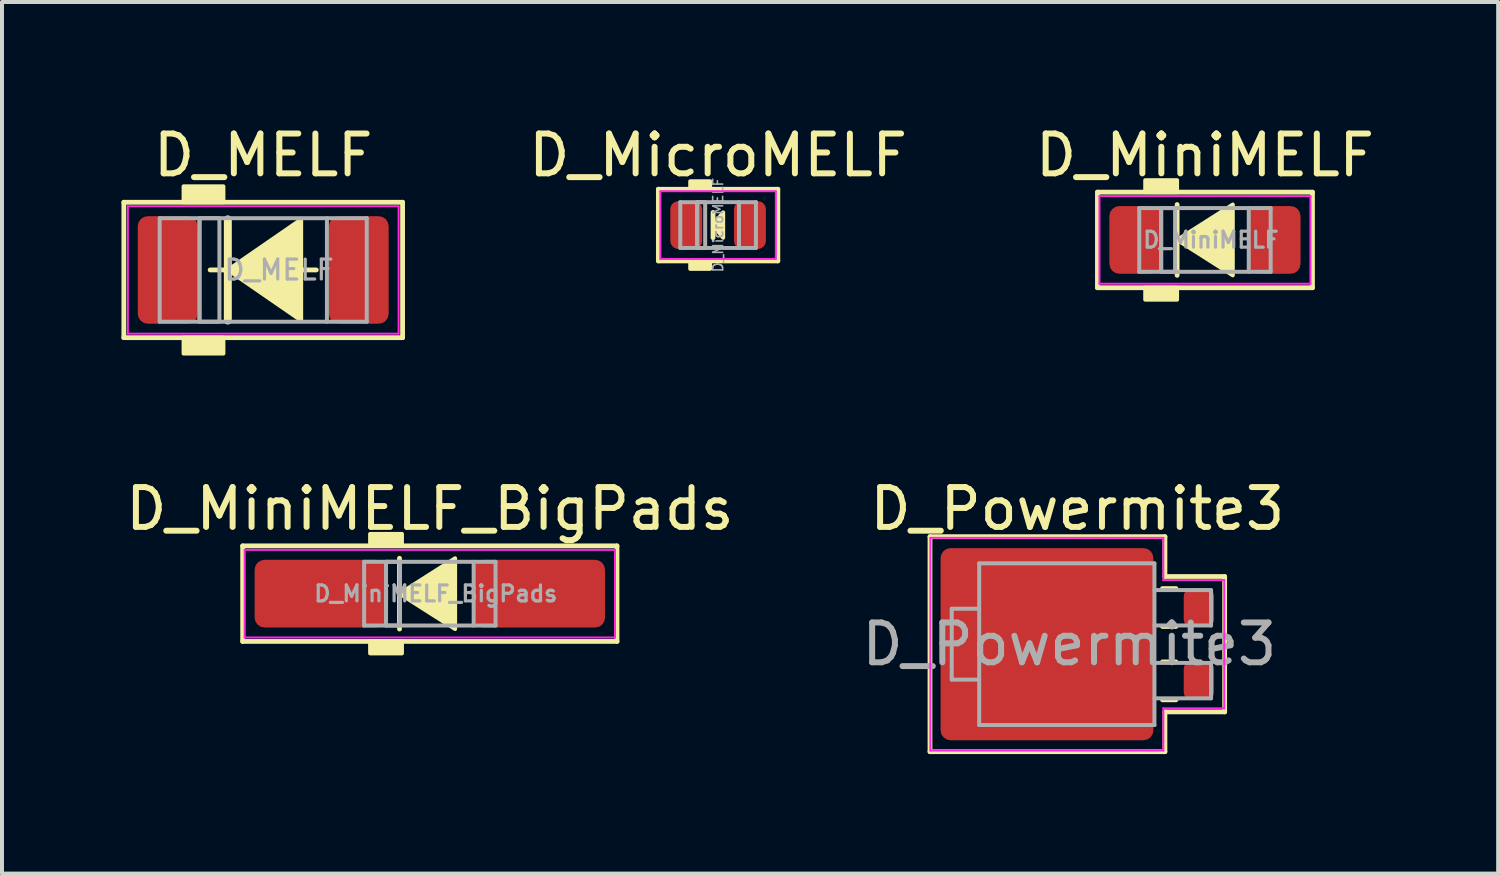
<source format=kicad_pcb>
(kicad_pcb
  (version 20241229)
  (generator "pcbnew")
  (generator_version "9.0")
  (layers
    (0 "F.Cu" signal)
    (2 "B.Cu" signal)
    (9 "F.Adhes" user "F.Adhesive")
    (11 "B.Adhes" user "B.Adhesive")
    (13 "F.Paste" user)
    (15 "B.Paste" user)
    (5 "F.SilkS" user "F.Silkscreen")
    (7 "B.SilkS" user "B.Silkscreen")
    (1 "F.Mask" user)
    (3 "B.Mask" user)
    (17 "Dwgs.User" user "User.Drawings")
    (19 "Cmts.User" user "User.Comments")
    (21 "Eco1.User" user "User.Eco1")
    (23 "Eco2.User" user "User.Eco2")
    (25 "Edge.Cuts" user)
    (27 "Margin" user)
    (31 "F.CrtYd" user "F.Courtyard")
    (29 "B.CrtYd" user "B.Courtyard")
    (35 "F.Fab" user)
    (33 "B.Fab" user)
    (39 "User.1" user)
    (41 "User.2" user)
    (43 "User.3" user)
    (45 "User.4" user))
  (footprint "D_MicroMELF"
    (layer "F.Cu")
    (at 14.983 2.602)
    (property "Reference" "D_MicroMELF" (at 0 -1.754 0) (layer "F.SilkS") (effects (font (size 1 1) (thickness 0.15))))
    (attr smd)
    (fp_line (start -1.5 -0.9) (end -1.5 0.9) (stroke (width 0.12) (type solid)) (layer "F.SilkS"))
    (fp_line (start -1.5 0.9) (end 1.5 0.9) (stroke (width 0.12) (type solid)) (layer "F.SilkS"))
    (fp_line (start -0.127 -0.318) (end -0.127 0.318) (stroke (width 0.12) (type solid)) (layer "F.SilkS"))
    (fp_line (start 1.5 -0.9) (end -1.5 -0.9) (stroke (width 0.12) (type solid)) (layer "F.SilkS"))
    (fp_line (start 1.5 0.9) (end 1.5 -0.9) (stroke (width 0.12) (type solid)) (layer "F.SilkS"))
    (fp_poly (pts (xy 0.127 0.318) (xy -0.127 0) (xy 0.127 -0.318)) (stroke (width 0.1) (type solid)) (fill yes) (layer "F.SilkS"))
    (fp_poly (pts (xy -0.2 -0.9) (xy -0.7 -0.9) (xy -0.7 -1.1) (xy -0.2 -1.1)) (stroke (width 0.1) (type solid)) (fill yes) (layer "F.SilkS"))
    (fp_poly (pts (xy -0.2 1.1) (xy -0.7 1.1) (xy -0.7 0.9) (xy -0.2 0.9)) (stroke (width 0.1) (type solid)) (fill yes) (layer "F.SilkS"))
    (fp_line (start -1.45 -0.85) (end -1.45 0.85) (stroke (width 0.05) (type solid)) (layer "F.CrtYd"))
    (fp_line (start -1.45 -0.85) (end 1.45 -0.85) (stroke (width 0.05) (type solid)) (layer "F.CrtYd"))
    (fp_line (start 1.45 0.85) (end -1.45 0.85) (stroke (width 0.05) (type solid)) (layer "F.CrtYd"))
    (fp_line (start 1.45 0.85) (end 1.45 -0.85) (stroke (width 0.05) (type solid)) (layer "F.CrtYd"))
    (fp_line (start -0.95 -0.575) (end 0.95 -0.575) (stroke (width 0.1) (type solid)) (layer "F.Fab"))
    (fp_line (start -0.95 0.575) (end -0.95 -0.575) (stroke (width 0.1) (type solid)) (layer "F.Fab"))
    (fp_line (start -0.525 0.575) (end -0.525 -0.575) (stroke (width 0.1) (type solid)) (layer "F.Fab"))
    (fp_line (start 0.525 -0.575) (end 0.525 0.575) (stroke (width 0.1) (type solid)) (layer "F.Fab"))
    (fp_line (start 0.95 -0.575) (end 0.95 0.575) (stroke (width 0.1) (type solid)) (layer "F.Fab"))
    (fp_line (start 0.95 0.575) (end -0.95 0.575) (stroke (width 0.1) (type solid)) (layer "F.Fab"))
    (fp_rect (start -0.525 -0.575) (end -0.325 0.575) (stroke (width 0.1) (type solid)) (fill no) (layer "F.Fab"))
    (fp_text user "${REFERENCE}" (at 0 0 90) (layer "F.Fab") (effects (font (size 0.25 0.25) (thickness 0.04))))
    (pad "1" smd roundrect (at -0.8 0) (size 0.8 1.2) (layers "F.Cu" "F.Mask" "F.Paste") (roundrect_rratio 0.25))
    (pad "2" smd roundrect (at 0.8 0) (size 0.8 1.2) (layers "F.Cu" "F.Mask" "F.Paste") (roundrect_rratio 0.25)))
  (footprint "D_MELF"
    (layer "F.Cu")
    (at 3.56 3.729)
    (property "Reference" "D_MELF" (at 0 -2.881 0) (layer "F.SilkS") (effects (font (size 1 1) (thickness 0.15))))
    (attr smd)
    (fp_line (start -3.5 -1.7) (end -3.5 1.7) (stroke (width 0.12) (type solid)) (layer "F.SilkS"))
    (fp_line (start -3.5 1.7) (end 3.5 1.7) (stroke (width 0.12) (type solid)) (layer "F.SilkS"))
    (fp_line (start -0.953 0) (end -1.333 0) (stroke (width 0.12) (type solid)) (layer "F.SilkS"))
    (fp_line (start -0.889 -1.27) (end -0.889 1.27) (stroke (width 0.2) (type solid)) (layer "F.SilkS"))
    (fp_line (start 1.333 0) (end 0.953 0) (stroke (width 0.12) (type solid)) (layer "F.SilkS"))
    (fp_line (start 3.5 -1.7) (end -3.5 -1.7) (stroke (width 0.12) (type solid)) (layer "F.SilkS"))
    (fp_line (start 3.5 1.7) (end 3.5 -1.7) (stroke (width 0.12) (type solid)) (layer "F.SilkS"))
    (fp_poly (pts (xy 0.953 1.27) (xy -0.889 0) (xy 0.953 -1.27)) (stroke (width 0.1) (type solid)) (fill yes) (layer "F.SilkS"))
    (fp_poly (pts (xy -1 -1.7) (xy -2 -1.7) (xy -2 -2.1) (xy -1 -2.1)) (stroke (width 0.1) (type solid)) (fill yes) (layer "F.SilkS"))
    (fp_poly (pts (xy -1 2.1) (xy -2 2.1) (xy -2 1.7) (xy -1 1.7)) (stroke (width 0.1) (type solid)) (fill yes) (layer "F.SilkS"))
    (fp_line (start -3.4 -1.6) (end 3.4 -1.6) (stroke (width 0.05) (type solid)) (layer "F.CrtYd"))
    (fp_line (start -3.4 1.6) (end -3.4 -1.6) (stroke (width 0.05) (type solid)) (layer "F.CrtYd"))
    (fp_line (start 3.4 -1.6) (end 3.4 1.6) (stroke (width 0.05) (type solid)) (layer "F.CrtYd"))
    (fp_line (start 3.4 1.6) (end -3.4 1.6) (stroke (width 0.05) (type solid)) (layer "F.CrtYd"))
    (fp_line (start -2.6 -1.3) (end -2.6 1.3) (stroke (width 0.1) (type solid)) (layer "F.Fab"))
    (fp_line (start -2.6 1.3) (end 2.6 1.3) (stroke (width 0.1) (type solid)) (layer "F.Fab"))
    (fp_line (start -1.6 -1.3) (end -1.6 1.3) (stroke (width 0.1) (type solid)) (layer "F.Fab"))
    (fp_line (start 1.6 -1.3) (end 1.6 1.3) (stroke (width 0.1) (type solid)) (layer "F.Fab"))
    (fp_line (start 2.6 -1.3) (end -2.6 -1.3) (stroke (width 0.1) (type solid)) (layer "F.Fab"))
    (fp_line (start 2.6 1.3) (end 2.6 -1.3) (stroke (width 0.1) (type solid)) (layer "F.Fab"))
    (fp_rect (start -1.6 -1.3) (end -1.1 1.3) (stroke (width 0.1) (type solid)) (fill no) (layer "F.Fab"))
    (fp_text user "${REFERENCE}" (at 0.4 0 0) (layer "F.Fab") (effects (font (size 0.5 0.5) (thickness 0.08))))
    (pad "1" smd roundrect (at -2.4 0) (size 1.5 2.7) (layers "F.Cu" "F.Mask" "F.Paste") (roundrect_rratio 0.167))
    (pad "2" smd roundrect (at 2.4 0) (size 1.5 2.7) (layers "F.Cu" "F.Mask" "F.Paste") (roundrect_rratio 0.167)))
  (footprint "D_MiniMELF_BigPads"
    (layer "F.Cu")
    (at 7.744 11.858)
    (property "Reference" "D_MiniMELF_BigPads" (at 0 -2.131 0) (layer "F.SilkS") (effects (font (size 1 1) (thickness 0.15))))
    (attr smd)
    (fp_line (start -4.7 -1.2) (end -4.7 1.2) (stroke (width 0.12) (type solid)) (layer "F.SilkS"))
    (fp_line (start -4.7 1.2) (end 4.7 1.2) (stroke (width 0.12) (type solid)) (layer "F.SilkS"))
    (fp_line (start -0.762 -0.889) (end -0.762 0.889) (stroke (width 0.12) (type solid)) (layer "F.SilkS"))
    (fp_line (start 4.7 -1.2) (end -4.7 -1.2) (stroke (width 0.12) (type solid)) (layer "F.SilkS"))
    (fp_line (start 4.7 1.2) (end 4.7 -1.2) (stroke (width 0.12) (type solid)) (layer "F.SilkS"))
    (fp_poly (pts (xy 0.635 0.889) (xy -0.762 0) (xy 0.635 -0.889)) (stroke (width 0.1) (type solid)) (fill yes) (layer "F.SilkS"))
    (fp_poly (pts (xy -0.7 -1.2) (xy -1.5 -1.2) (xy -1.5 -1.5) (xy -0.7 -1.5)) (stroke (width 0.1) (type solid)) (fill yes) (layer "F.SilkS"))
    (fp_poly (pts (xy -0.7 1.5) (xy -1.5 1.5) (xy -1.5 1.2) (xy -0.7 1.2)) (stroke (width 0.1) (type solid)) (fill yes) (layer "F.SilkS"))
    (fp_line (start -4.65 -1.1) (end 4.65 -1.1) (stroke (width 0.05) (type solid)) (layer "F.CrtYd"))
    (fp_line (start -4.65 1.1) (end -4.65 -1.1) (stroke (width 0.05) (type solid)) (layer "F.CrtYd"))
    (fp_line (start 4.65 -1.1) (end 4.65 1.1) (stroke (width 0.05) (type solid)) (layer "F.CrtYd"))
    (fp_line (start 4.65 1.1) (end -4.65 1.1) (stroke (width 0.05) (type solid)) (layer "F.CrtYd"))
    (fp_line (start -1.65 -0.8) (end 1.65 -0.8) (stroke (width 0.1) (type solid)) (layer "F.Fab"))
    (fp_line (start -1.65 0.8) (end -1.65 -0.8) (stroke (width 0.1) (type solid)) (layer "F.Fab"))
    (fp_line (start -1.1 -0.8) (end -1.1 0.8) (stroke (width 0.1) (type solid)) (layer "F.Fab"))
    (fp_line (start 1.1 -0.8) (end 1.1 0.8) (stroke (width 0.1) (type solid)) (layer "F.Fab"))
    (fp_line (start 1.65 -0.8) (end 1.65 0.8) (stroke (width 0.1) (type solid)) (layer "F.Fab"))
    (fp_line (start 1.65 0.8) (end -1.65 0.8) (stroke (width 0.1) (type solid)) (layer "F.Fab"))
    (fp_rect (start -1.1 -0.8) (end -0.75 0.8) (stroke (width 0.1) (type solid)) (fill no) (layer "F.Fab"))
    (fp_text user "${REFERENCE}" (at 0.15 0 0) (layer "F.Fab") (effects (font (size 0.4 0.4) (thickness 0.08))))
    (pad "1" smd roundrect (at -2.75 0) (size 3.3 1.7) (layers "F.Cu" "F.Mask" "F.Paste") (roundrect_rratio 0.147))
    (pad "2" smd roundrect (at 2.75 0) (size 3.3 1.7) (layers "F.Cu" "F.Mask" "F.Paste") (roundrect_rratio 0.147)))
  (footprint "D_MiniMELF"
    (layer "F.Cu")
    (at 27.209 2.975)
    (property "Reference" "D_MiniMELF" (at 0 -2.127 0) (layer "F.SilkS") (effects (font (size 1 1) (thickness 0.15))))
    (attr smd)
    (fp_line (start -2.7 -1.2) (end -2.7 1.2) (stroke (width 0.12) (type solid)) (layer "F.SilkS"))
    (fp_line (start -2.7 1.2) (end 2.7 1.2) (stroke (width 0.12) (type solid)) (layer "F.SilkS"))
    (fp_line (start -0.699 -0.889) (end -0.699 0.889) (stroke (width 0.12) (type solid)) (layer "F.SilkS"))
    (fp_line (start 2.7 -1.2) (end -2.7 -1.2) (stroke (width 0.12) (type solid)) (layer "F.SilkS"))
    (fp_line (start 2.7 1.2) (end 2.7 -1.2) (stroke (width 0.12) (type solid)) (layer "F.SilkS"))
    (fp_poly (pts (xy 0.699 0.889) (xy -0.699 0) (xy 0.699 -0.889)) (stroke (width 0.1) (type solid)) (fill yes) (layer "F.SilkS"))
    (fp_poly (pts (xy -0.7 -1.2) (xy -1.5 -1.2) (xy -1.5 -1.5) (xy -0.7 -1.5)) (stroke (width 0.1) (type solid)) (fill yes) (layer "F.SilkS"))
    (fp_poly (pts (xy -0.7 1.5) (xy -1.5 1.5) (xy -1.5 1.2) (xy -0.7 1.2)) (stroke (width 0.1) (type solid)) (fill yes) (layer "F.SilkS"))
    (fp_line (start -2.65 -1.1) (end 2.65 -1.1) (stroke (width 0.05) (type solid)) (layer "F.CrtYd"))
    (fp_line (start -2.65 1.1) (end -2.65 -1.1) (stroke (width 0.05) (type solid)) (layer "F.CrtYd"))
    (fp_line (start 2.65 -1.1) (end 2.65 1.1) (stroke (width 0.05) (type solid)) (layer "F.CrtYd"))
    (fp_line (start 2.65 1.1) (end -2.65 1.1) (stroke (width 0.05) (type solid)) (layer "F.CrtYd"))
    (fp_line (start -1.65 -0.8) (end 1.65 -0.8) (stroke (width 0.1) (type solid)) (layer "F.Fab"))
    (fp_line (start -1.65 0.8) (end -1.65 -0.8) (stroke (width 0.1) (type solid)) (layer "F.Fab"))
    (fp_line (start -1.1 -0.8) (end -1.1 0.8) (stroke (width 0.1) (type solid)) (layer "F.Fab"))
    (fp_line (start 1.1 -0.8) (end 1.1 0.8) (stroke (width 0.1) (type solid)) (layer "F.Fab"))
    (fp_line (start 1.65 -0.8) (end 1.65 0.8) (stroke (width 0.1) (type solid)) (layer "F.Fab"))
    (fp_line (start 1.65 0.8) (end -1.65 0.8) (stroke (width 0.1) (type solid)) (layer "F.Fab"))
    (fp_rect (start -1.1 -0.8) (end -0.75 0.8) (stroke (width 0.1) (type solid)) (fill no) (layer "F.Fab"))
    (fp_text user "${REFERENCE}" (at 0.15 0 0) (layer "F.Fab") (effects (font (size 0.4 0.4) (thickness 0.08))))
    (pad "1" smd roundrect (at -1.75 0) (size 1.3 1.7) (layers "F.Cu" "F.Mask" "F.Paste") (roundrect_rratio 0.192))
    (pad "2" smd roundrect (at 1.75 0) (size 1.3 1.7) (layers "F.Cu" "F.Mask" "F.Paste") (roundrect_rratio 0.192)))
  (footprint "D_Powermite3"
    (layer "F.Cu")
    (at 24.004 13.127)
    (property "Reference" "D_Powermite3" (at 0 -3.4 0) (layer "F.SilkS") (effects (font (size 1 1) (thickness 0.15))))
    (attr smd)
    (fp_line (start -3.7 -2.7) (end -3.7 2.7) (stroke (width 0.12) (type solid)) (layer "F.SilkS"))
    (fp_line (start -3.7 2.7) (end 2.2 2.7) (stroke (width 0.12) (type solid)) (layer "F.SilkS"))
    (fp_line (start 2.2 -2.7) (end -3.7 -2.7) (stroke (width 0.12) (type solid)) (layer "F.SilkS"))
    (fp_line (start 2.2 -1.7) (end 2.2 -2.7) (stroke (width 0.12) (type solid)) (layer "F.SilkS"))
    (fp_line (start 2.2 1.7) (end 3.7 1.7) (stroke (width 0.12) (type solid)) (layer "F.SilkS"))
    (fp_line (start 2.2 2.7) (end 2.2 1.7) (stroke (width 0.12) (type solid)) (layer "F.SilkS"))
    (fp_line (start 2.477 -1.397) (end 2.138 -1.397) (stroke (width 0.12) (type solid)) (layer "F.SilkS"))
    (fp_line (start 2.477 -0.445) (end 2.138 -0.445) (stroke (width 0.12) (type solid)) (layer "F.SilkS"))
    (fp_line (start 2.477 0.445) (end 2.138 0.445) (stroke (width 0.12) (type solid)) (layer "F.SilkS"))
    (fp_line (start 2.477 1.397) (end 2.138 1.397) (stroke (width 0.12) (type solid)) (layer "F.SilkS"))
    (fp_line (start 3.7 -1.7) (end 2.2 -1.7) (stroke (width 0.12) (type solid)) (layer "F.SilkS"))
    (fp_line (start 3.7 1.7) (end 3.7 -1.7) (stroke (width 0.12) (type solid)) (layer "F.SilkS"))
    (fp_line (start -3.69 -2.67) (end -3.69 2.67) (stroke (width 0.05) (type solid)) (layer "F.CrtYd"))
    (fp_line (start -3.69 2.67) (end 2.16 2.67) (stroke (width 0.05) (type solid)) (layer "F.CrtYd"))
    (fp_line (start 2.16 -2.67) (end -3.69 -2.67) (stroke (width 0.05) (type solid)) (layer "F.CrtYd"))
    (fp_line (start 2.16 -1.61) (end 2.16 -2.67) (stroke (width 0.05) (type solid)) (layer "F.CrtYd"))
    (fp_line (start 2.16 1.61) (end 3.69 1.61) (stroke (width 0.05) (type solid)) (layer "F.CrtYd"))
    (fp_line (start 2.16 2.67) (end 2.16 1.61) (stroke (width 0.05) (type solid)) (layer "F.CrtYd"))
    (fp_line (start 3.69 -1.61) (end 2.16 -1.61) (stroke (width 0.05) (type solid)) (layer "F.CrtYd"))
    (fp_line (start 3.69 1.61) (end 3.69 -1.61) (stroke (width 0.05) (type solid)) (layer "F.CrtYd"))
    (fp_line (start -3.154 -0.89) (end -2.464 -0.89) (stroke (width 0.1) (type solid)) (layer "F.Fab"))
    (fp_line (start -3.154 0.89) (end -3.154 -0.89) (stroke (width 0.1) (type solid)) (layer "F.Fab"))
    (fp_line (start -2.464 -2.03) (end -2.464 2.03) (stroke (width 0.1) (type solid)) (layer "F.Fab"))
    (fp_line (start -2.464 0.89) (end -3.154 0.89) (stroke (width 0.1) (type solid)) (layer "F.Fab"))
    (fp_line (start -2.464 2.03) (end 1.936 2.03) (stroke (width 0.1) (type solid)) (layer "F.Fab"))
    (fp_line (start 1.936 -2.03) (end -2.464 -2.03) (stroke (width 0.1) (type solid)) (layer "F.Fab"))
    (fp_line (start 1.936 2.03) (end 1.936 -2.03) (stroke (width 0.1) (type solid)) (layer "F.Fab"))
    (fp_line (start 3.358 -1.359) (end 1.936 -1.359) (stroke (width 0.1) (type solid)) (layer "F.Fab"))
    (fp_line (start 3.358 -0.47) (end 1.936 -0.47) (stroke (width 0.1) (type solid)) (layer "F.Fab"))
    (fp_line (start 3.358 -0.47) (end 3.358 -1.359) (stroke (width 0.1) (type solid)) (layer "F.Fab"))
    (fp_line (start 3.358 0.47) (end 1.936 0.47) (stroke (width 0.1) (type solid)) (layer "F.Fab"))
    (fp_line (start 3.358 1.359) (end 1.936 1.359) (stroke (width 0.1) (type solid)) (layer "F.Fab"))
    (fp_line (start 3.358 1.359) (end 3.358 0.47) (stroke (width 0.1) (type solid)) (layer "F.Fab"))
    (fp_text user "${REFERENCE}" (at -0.2 0 0) (layer "F.Fab") (effects (font (size 1 1) (thickness 0.15))))
    (pad "" smd roundrect (at -2.2 1.2) (size 2.3 2) (layers "F.Paste") (roundrect_rratio 0.125))
    (pad "" smd roundrect (at -2.15 -1.2) (size 2.3 2) (layers "F.Paste") (roundrect_rratio 0.125))
    (pad "" smd roundrect (at 0.6 -1.2) (size 2.3 2) (layers "F.Paste") (roundrect_rratio 0.125))
    (pad "" smd roundrect (at 0.6 1.2) (size 2.3 2) (layers "F.Paste") (roundrect_rratio 0.125))
    (pad "1" smd roundrect (at -0.762 0 180) (size 5.344 4.826) (layers "F.Cu" "F.Mask") (roundrect_rratio 0.052))
    (pad "2" smd roundrect (at 3.053 -0.914 180) (size 0.762 0.965) (layers "F.Cu" "F.Mask" "F.Paste") (roundrect_rratio 0.25))
    (pad "3" smd roundrect (at 3.053 0.914 180) (size 0.762 0.965) (layers "F.Cu" "F.Mask" "F.Paste") (roundrect_rratio 0.25)))
  (gr_rect
    (start -3 -3)
    (end 34.572 18.887)
    (stroke (width 0.1) (type default))
    (fill no)
    (layer "Edge.Cuts")))
</source>
